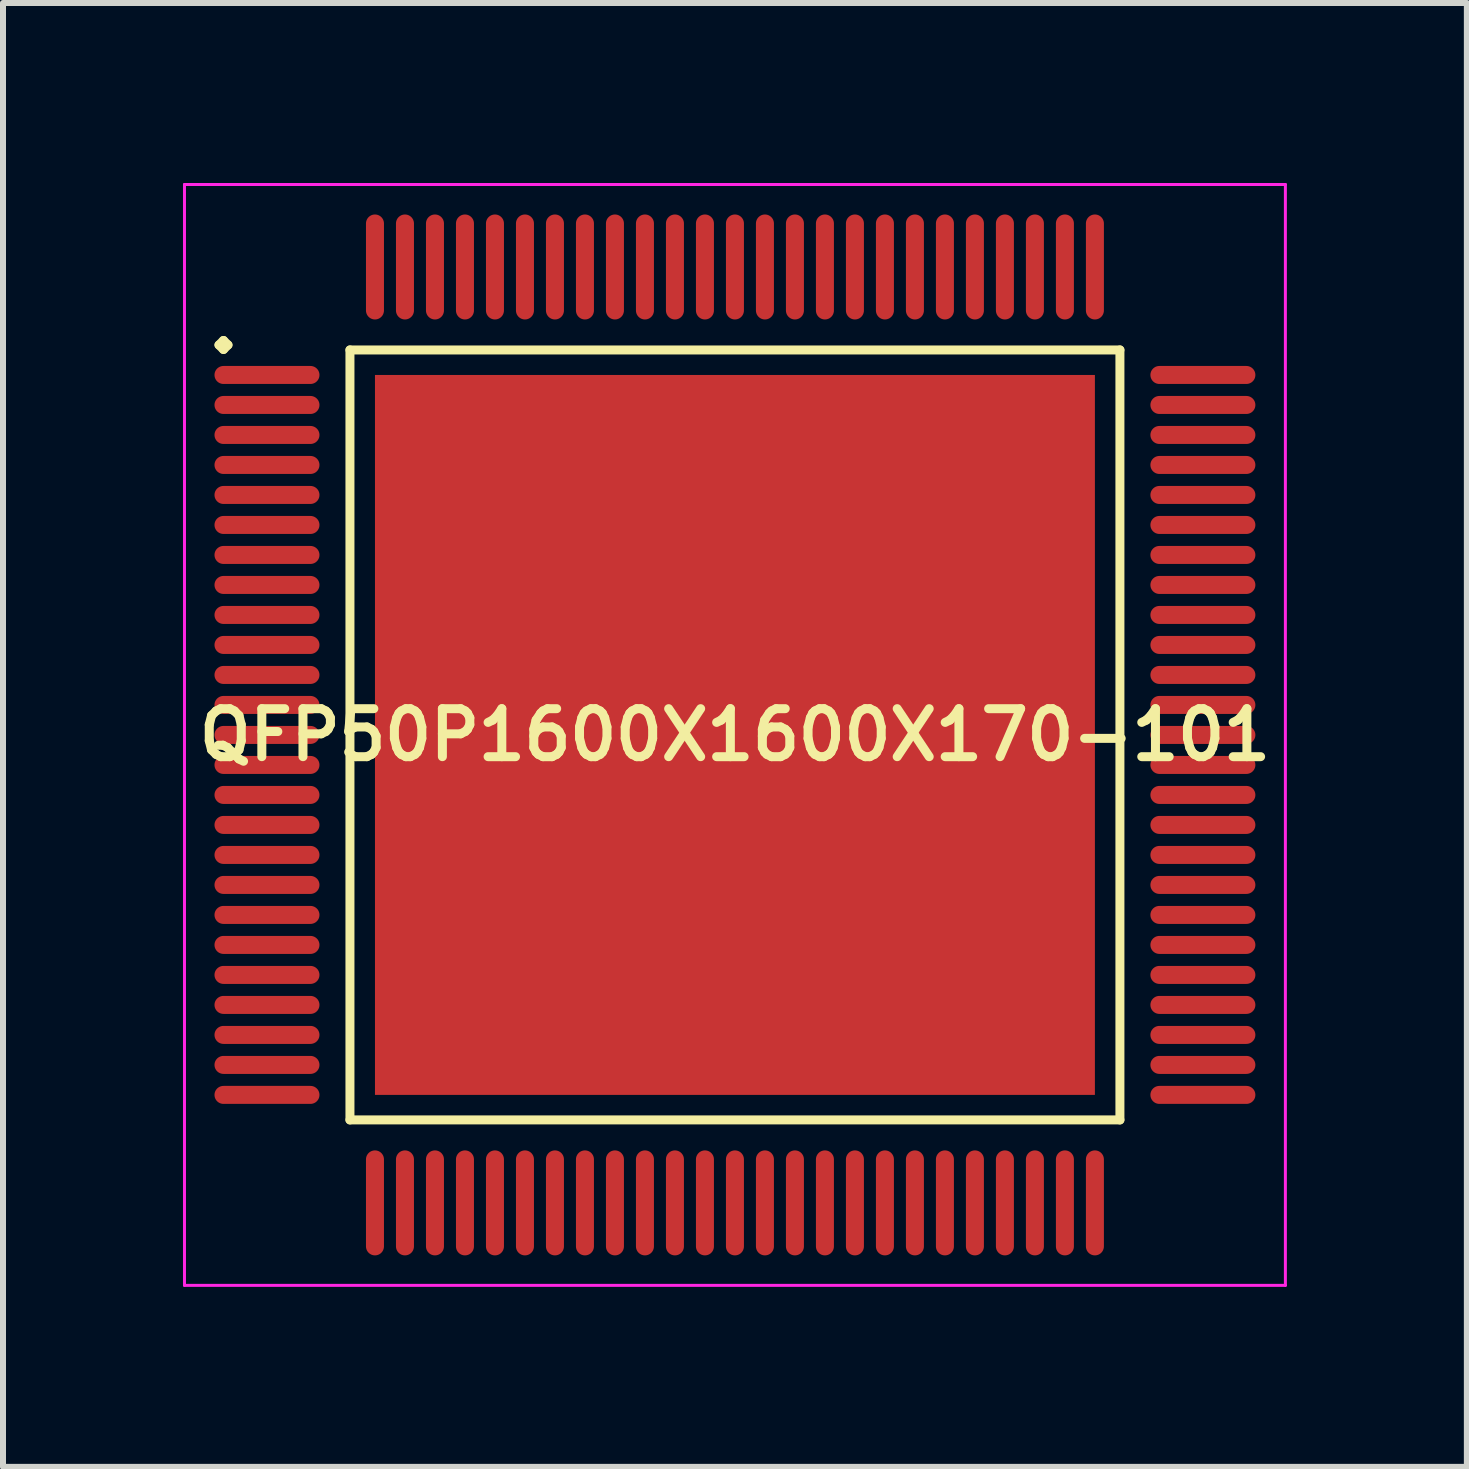
<source format=kicad_pcb>
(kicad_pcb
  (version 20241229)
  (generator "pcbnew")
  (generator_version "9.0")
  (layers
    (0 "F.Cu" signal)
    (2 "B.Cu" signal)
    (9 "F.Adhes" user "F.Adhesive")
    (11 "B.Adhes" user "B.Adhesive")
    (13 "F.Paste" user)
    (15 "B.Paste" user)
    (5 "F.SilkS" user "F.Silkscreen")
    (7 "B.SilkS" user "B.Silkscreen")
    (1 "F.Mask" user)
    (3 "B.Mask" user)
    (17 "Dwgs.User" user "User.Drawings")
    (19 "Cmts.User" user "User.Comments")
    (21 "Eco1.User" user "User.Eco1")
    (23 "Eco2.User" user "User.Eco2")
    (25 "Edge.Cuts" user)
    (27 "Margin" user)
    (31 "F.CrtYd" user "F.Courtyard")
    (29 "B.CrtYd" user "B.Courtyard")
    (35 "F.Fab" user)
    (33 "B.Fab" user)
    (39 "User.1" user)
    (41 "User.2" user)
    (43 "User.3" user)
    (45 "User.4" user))
  (footprint "QFP50P1600X1600X170-101"
    (layer "F.Cu")
    (at 9.2 9.2)
    (property "Reference" "QFP50P1600X1600X170-101" (at 0 0 0) (layer "F.SilkS") (effects (font (size 0.8 0.8) (thickness 0.15))))
    (attr smd)
    (fp_line (start -8.6 -6.5) (end -8.525 -6.575) (stroke (width 0.15) (type solid)) (layer "F.SilkS"))
    (fp_line (start -8.525 -6.575) (end -8.45 -6.5) (stroke (width 0.15) (type solid)) (layer "F.SilkS"))
    (fp_line (start -8.525 -6.425) (end -8.6 -6.5) (stroke (width 0.15) (type solid)) (layer "F.SilkS"))
    (fp_line (start -8.45 -6.5) (end -8.525 -6.425) (stroke (width 0.15) (type solid)) (layer "F.SilkS"))
    (fp_line (start -6.417 -6.417) (end -6.417 6.417) (stroke (width 0.15) (type solid)) (layer "F.SilkS"))
    (fp_line (start -6.417 6.417) (end 6.417 6.417) (stroke (width 0.15) (type solid)) (layer "F.SilkS"))
    (fp_line (start 6.417 -6.417) (end -6.417 -6.417) (stroke (width 0.15) (type solid)) (layer "F.SilkS"))
    (fp_line (start 6.417 6.417) (end 6.417 -6.417) (stroke (width 0.15) (type solid)) (layer "F.SilkS"))
    (fp_line (start -9.175 -9.175) (end 9.175 -9.175) (stroke (width 0.05) (type solid)) (layer "F.CrtYd"))
    (fp_line (start -9.175 9.175) (end -9.175 -9.175) (stroke (width 0.05) (type solid)) (layer "F.CrtYd"))
    (fp_line (start 9.175 -9.175) (end 9.175 9.175) (stroke (width 0.05) (type solid)) (layer "F.CrtYd"))
    (fp_line (start 9.175 9.175) (end -9.175 9.175) (stroke (width 0.05) (type solid)) (layer "F.CrtYd"))
    (pad "1" smd oval (at -7.8 -6) (size 1.75 0.3) (layers "F.Cu" "F.Mask" "F.Paste"))
    (pad "2" smd oval (at -7.8 -5.5) (size 1.75 0.3) (layers "F.Cu" "F.Mask" "F.Paste"))
    (pad "3" smd oval (at -7.8 -5) (size 1.75 0.3) (layers "F.Cu" "F.Mask" "F.Paste"))
    (pad "4" smd oval (at -7.8 -4.5) (size 1.75 0.3) (layers "F.Cu" "F.Mask" "F.Paste"))
    (pad "5" smd oval (at -7.8 -4) (size 1.75 0.3) (layers "F.Cu" "F.Mask" "F.Paste"))
    (pad "6" smd oval (at -7.8 -3.5) (size 1.75 0.3) (layers "F.Cu" "F.Mask" "F.Paste"))
    (pad "7" smd oval (at -7.8 -3) (size 1.75 0.3) (layers "F.Cu" "F.Mask" "F.Paste"))
    (pad "8" smd oval (at -7.8 -2.5) (size 1.75 0.3) (layers "F.Cu" "F.Mask" "F.Paste"))
    (pad "9" smd oval (at -7.8 -2) (size 1.75 0.3) (layers "F.Cu" "F.Mask" "F.Paste"))
    (pad "10" smd oval (at -7.8 -1.5) (size 1.75 0.3) (layers "F.Cu" "F.Mask" "F.Paste"))
    (pad "11" smd oval (at -7.8 -1) (size 1.75 0.3) (layers "F.Cu" "F.Mask" "F.Paste"))
    (pad "12" smd oval (at -7.8 -0.5) (size 1.75 0.3) (layers "F.Cu" "F.Mask" "F.Paste"))
    (pad "13" smd oval (at -7.8 0) (size 1.75 0.3) (layers "F.Cu" "F.Mask" "F.Paste"))
    (pad "14" smd oval (at -7.8 0.5) (size 1.75 0.3) (layers "F.Cu" "F.Mask" "F.Paste"))
    (pad "15" smd oval (at -7.8 1) (size 1.75 0.3) (layers "F.Cu" "F.Mask" "F.Paste"))
    (pad "16" smd oval (at -7.8 1.5) (size 1.75 0.3) (layers "F.Cu" "F.Mask" "F.Paste"))
    (pad "17" smd oval (at -7.8 2) (size 1.75 0.3) (layers "F.Cu" "F.Mask" "F.Paste"))
    (pad "18" smd oval (at -7.8 2.5) (size 1.75 0.3) (layers "F.Cu" "F.Mask" "F.Paste"))
    (pad "19" smd oval (at -7.8 3) (size 1.75 0.3) (layers "F.Cu" "F.Mask" "F.Paste"))
    (pad "20" smd oval (at -7.8 3.5) (size 1.75 0.3) (layers "F.Cu" "F.Mask" "F.Paste"))
    (pad "21" smd oval (at -7.8 4) (size 1.75 0.3) (layers "F.Cu" "F.Mask" "F.Paste"))
    (pad "22" smd oval (at -7.8 4.5) (size 1.75 0.3) (layers "F.Cu" "F.Mask" "F.Paste"))
    (pad "23" smd oval (at -7.8 5) (size 1.75 0.3) (layers "F.Cu" "F.Mask" "F.Paste"))
    (pad "24" smd oval (at -7.8 5.5) (size 1.75 0.3) (layers "F.Cu" "F.Mask" "F.Paste"))
    (pad "25" smd oval (at -7.8 6) (size 1.75 0.3) (layers "F.Cu" "F.Mask" "F.Paste"))
    (pad "26" smd oval (at -6 7.8) (size 0.3 1.75) (layers "F.Cu" "F.Mask" "F.Paste"))
    (pad "27" smd oval (at -5.5 7.8) (size 0.3 1.75) (layers "F.Cu" "F.Mask" "F.Paste"))
    (pad "28" smd oval (at -5 7.8) (size 0.3 1.75) (layers "F.Cu" "F.Mask" "F.Paste"))
    (pad "29" smd oval (at -4.5 7.8) (size 0.3 1.75) (layers "F.Cu" "F.Mask" "F.Paste"))
    (pad "30" smd oval (at -4 7.8) (size 0.3 1.75) (layers "F.Cu" "F.Mask" "F.Paste"))
    (pad "31" smd oval (at -3.5 7.8) (size 0.3 1.75) (layers "F.Cu" "F.Mask" "F.Paste"))
    (pad "32" smd oval (at -3 7.8) (size 0.3 1.75) (layers "F.Cu" "F.Mask" "F.Paste"))
    (pad "33" smd oval (at -2.5 7.8) (size 0.3 1.75) (layers "F.Cu" "F.Mask" "F.Paste"))
    (pad "34" smd oval (at -2 7.8) (size 0.3 1.75) (layers "F.Cu" "F.Mask" "F.Paste"))
    (pad "35" smd oval (at -1.5 7.8) (size 0.3 1.75) (layers "F.Cu" "F.Mask" "F.Paste"))
    (pad "36" smd oval (at -1 7.8) (size 0.3 1.75) (layers "F.Cu" "F.Mask" "F.Paste"))
    (pad "37" smd oval (at -0.5 7.8) (size 0.3 1.75) (layers "F.Cu" "F.Mask" "F.Paste"))
    (pad "38" smd oval (at 0 7.8) (size 0.3 1.75) (layers "F.Cu" "F.Mask" "F.Paste"))
    (pad "39" smd oval (at 0.5 7.8) (size 0.3 1.75) (layers "F.Cu" "F.Mask" "F.Paste"))
    (pad "40" smd oval (at 1 7.8) (size 0.3 1.75) (layers "F.Cu" "F.Mask" "F.Paste"))
    (pad "41" smd oval (at 1.5 7.8) (size 0.3 1.75) (layers "F.Cu" "F.Mask" "F.Paste"))
    (pad "42" smd oval (at 2 7.8) (size 0.3 1.75) (layers "F.Cu" "F.Mask" "F.Paste"))
    (pad "43" smd oval (at 2.5 7.8) (size 0.3 1.75) (layers "F.Cu" "F.Mask" "F.Paste"))
    (pad "44" smd oval (at 3 7.8) (size 0.3 1.75) (layers "F.Cu" "F.Mask" "F.Paste"))
    (pad "45" smd oval (at 3.5 7.8) (size 0.3 1.75) (layers "F.Cu" "F.Mask" "F.Paste"))
    (pad "46" smd oval (at 4 7.8) (size 0.3 1.75) (layers "F.Cu" "F.Mask" "F.Paste"))
    (pad "47" smd oval (at 4.5 7.8) (size 0.3 1.75) (layers "F.Cu" "F.Mask" "F.Paste"))
    (pad "48" smd oval (at 5 7.8) (size 0.3 1.75) (layers "F.Cu" "F.Mask" "F.Paste"))
    (pad "49" smd oval (at 5.5 7.8) (size 0.3 1.75) (layers "F.Cu" "F.Mask" "F.Paste"))
    (pad "50" smd oval (at 6 7.8) (size 0.3 1.75) (layers "F.Cu" "F.Mask" "F.Paste"))
    (pad "51" smd oval (at 7.8 6) (size 1.75 0.3) (layers "F.Cu" "F.Mask" "F.Paste"))
    (pad "52" smd oval (at 7.8 5.5) (size 1.75 0.3) (layers "F.Cu" "F.Mask" "F.Paste"))
    (pad "53" smd oval (at 7.8 5) (size 1.75 0.3) (layers "F.Cu" "F.Mask" "F.Paste"))
    (pad "54" smd oval (at 7.8 4.5) (size 1.75 0.3) (layers "F.Cu" "F.Mask" "F.Paste"))
    (pad "55" smd oval (at 7.8 4) (size 1.75 0.3) (layers "F.Cu" "F.Mask" "F.Paste"))
    (pad "56" smd oval (at 7.8 3.5) (size 1.75 0.3) (layers "F.Cu" "F.Mask" "F.Paste"))
    (pad "57" smd oval (at 7.8 3) (size 1.75 0.3) (layers "F.Cu" "F.Mask" "F.Paste"))
    (pad "58" smd oval (at 7.8 2.5) (size 1.75 0.3) (layers "F.Cu" "F.Mask" "F.Paste"))
    (pad "59" smd oval (at 7.8 2) (size 1.75 0.3) (layers "F.Cu" "F.Mask" "F.Paste"))
    (pad "60" smd oval (at 7.8 1.5) (size 1.75 0.3) (layers "F.Cu" "F.Mask" "F.Paste"))
    (pad "61" smd oval (at 7.8 1) (size 1.75 0.3) (layers "F.Cu" "F.Mask" "F.Paste"))
    (pad "62" smd oval (at 7.8 0.5) (size 1.75 0.3) (layers "F.Cu" "F.Mask" "F.Paste"))
    (pad "63" smd oval (at 7.8 0) (size 1.75 0.3) (layers "F.Cu" "F.Mask" "F.Paste"))
    (pad "64" smd oval (at 7.8 -0.5) (size 1.75 0.3) (layers "F.Cu" "F.Mask" "F.Paste"))
    (pad "65" smd oval (at 7.8 -1) (size 1.75 0.3) (layers "F.Cu" "F.Mask" "F.Paste"))
    (pad "66" smd oval (at 7.8 -1.5) (size 1.75 0.3) (layers "F.Cu" "F.Mask" "F.Paste"))
    (pad "67" smd oval (at 7.8 -2) (size 1.75 0.3) (layers "F.Cu" "F.Mask" "F.Paste"))
    (pad "68" smd oval (at 7.8 -2.5) (size 1.75 0.3) (layers "F.Cu" "F.Mask" "F.Paste"))
    (pad "69" smd oval (at 7.8 -3) (size 1.75 0.3) (layers "F.Cu" "F.Mask" "F.Paste"))
    (pad "70" smd oval (at 7.8 -3.5) (size 1.75 0.3) (layers "F.Cu" "F.Mask" "F.Paste"))
    (pad "71" smd oval (at 7.8 -4) (size 1.75 0.3) (layers "F.Cu" "F.Mask" "F.Paste"))
    (pad "72" smd oval (at 7.8 -4.5) (size 1.75 0.3) (layers "F.Cu" "F.Mask" "F.Paste"))
    (pad "73" smd oval (at 7.8 -5) (size 1.75 0.3) (layers "F.Cu" "F.Mask" "F.Paste"))
    (pad "74" smd oval (at 7.8 -5.5) (size 1.75 0.3) (layers "F.Cu" "F.Mask" "F.Paste"))
    (pad "75" smd oval (at 7.8 -6) (size 1.75 0.3) (layers "F.Cu" "F.Mask" "F.Paste"))
    (pad "76" smd oval (at 6 -7.8) (size 0.3 1.75) (layers "F.Cu" "F.Mask" "F.Paste"))
    (pad "77" smd oval (at 5.5 -7.8) (size 0.3 1.75) (layers "F.Cu" "F.Mask" "F.Paste"))
    (pad "78" smd oval (at 5 -7.8) (size 0.3 1.75) (layers "F.Cu" "F.Mask" "F.Paste"))
    (pad "79" smd oval (at 4.5 -7.8) (size 0.3 1.75) (layers "F.Cu" "F.Mask" "F.Paste"))
    (pad "80" smd oval (at 4 -7.8) (size 0.3 1.75) (layers "F.Cu" "F.Mask" "F.Paste"))
    (pad "81" smd oval (at 3.5 -7.8) (size 0.3 1.75) (layers "F.Cu" "F.Mask" "F.Paste"))
    (pad "82" smd oval (at 3 -7.8) (size 0.3 1.75) (layers "F.Cu" "F.Mask" "F.Paste"))
    (pad "83" smd oval (at 2.5 -7.8) (size 0.3 1.75) (layers "F.Cu" "F.Mask" "F.Paste"))
    (pad "84" smd oval (at 2 -7.8) (size 0.3 1.75) (layers "F.Cu" "F.Mask" "F.Paste"))
    (pad "85" smd oval (at 1.5 -7.8) (size 0.3 1.75) (layers "F.Cu" "F.Mask" "F.Paste"))
    (pad "86" smd oval (at 1 -7.8) (size 0.3 1.75) (layers "F.Cu" "F.Mask" "F.Paste"))
    (pad "87" smd oval (at 0.5 -7.8) (size 0.3 1.75) (layers "F.Cu" "F.Mask" "F.Paste"))
    (pad "88" smd oval (at 0 -7.8) (size 0.3 1.75) (layers "F.Cu" "F.Mask" "F.Paste"))
    (pad "89" smd oval (at -0.5 -7.8) (size 0.3 1.75) (layers "F.Cu" "F.Mask" "F.Paste"))
    (pad "90" smd oval (at -1 -7.8) (size 0.3 1.75) (layers "F.Cu" "F.Mask" "F.Paste"))
    (pad "91" smd oval (at -1.5 -7.8) (size 0.3 1.75) (layers "F.Cu" "F.Mask" "F.Paste"))
    (pad "92" smd oval (at -2 -7.8) (size 0.3 1.75) (layers "F.Cu" "F.Mask" "F.Paste"))
    (pad "93" smd oval (at -2.5 -7.8) (size 0.3 1.75) (layers "F.Cu" "F.Mask" "F.Paste"))
    (pad "94" smd oval (at -3 -7.8) (size 0.3 1.75) (layers "F.Cu" "F.Mask" "F.Paste"))
    (pad "95" smd oval (at -3.5 -7.8) (size 0.3 1.75) (layers "F.Cu" "F.Mask" "F.Paste"))
    (pad "96" smd oval (at -4 -7.8) (size 0.3 1.75) (layers "F.Cu" "F.Mask" "F.Paste"))
    (pad "97" smd oval (at -4.5 -7.8) (size 0.3 1.75) (layers "F.Cu" "F.Mask" "F.Paste"))
    (pad "98" smd oval (at -5 -7.8) (size 0.3 1.75) (layers "F.Cu" "F.Mask" "F.Paste"))
    (pad "99" smd oval (at -5.5 -7.8) (size 0.3 1.75) (layers "F.Cu" "F.Mask" "F.Paste"))
    (pad "100" smd oval (at -6 -7.8) (size 0.3 1.75) (layers "F.Cu" "F.Mask" "F.Paste"))
    (pad "101" smd rect (at 0 0) (size 12 12) (layers "F.Cu" "F.Mask" "F.Paste")))
  (gr_rect
    (start -3 -3)
    (end 21.4 21.4)
    (stroke (width 0.1) (type default))
    (fill no)
    (layer "Edge.Cuts")))
</source>
